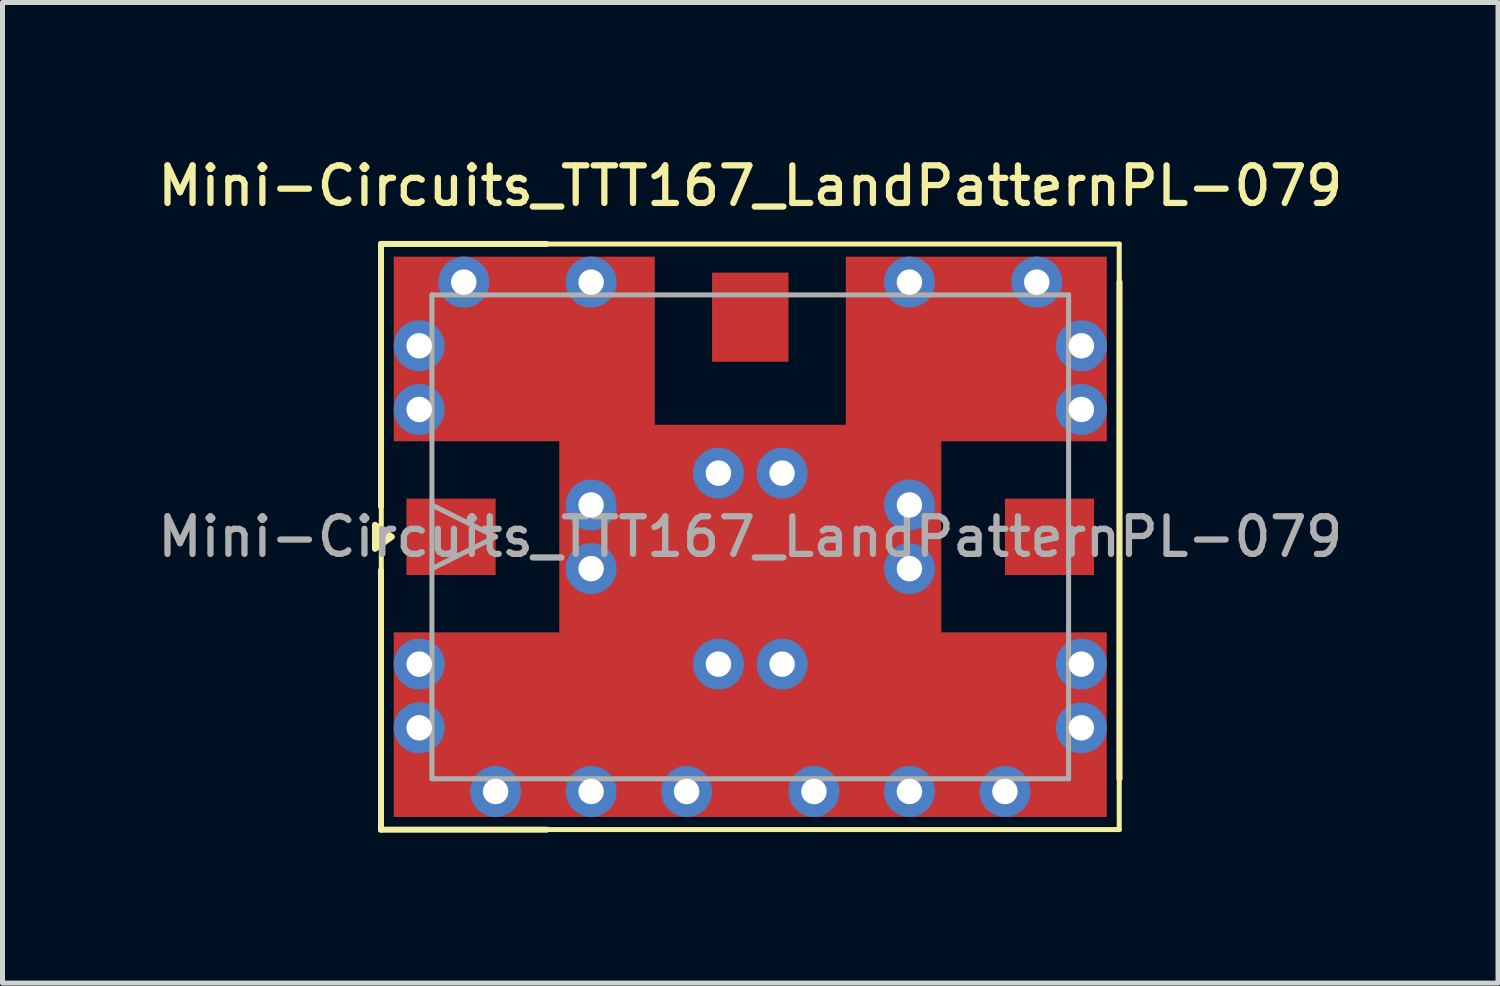
<source format=kicad_pcb>
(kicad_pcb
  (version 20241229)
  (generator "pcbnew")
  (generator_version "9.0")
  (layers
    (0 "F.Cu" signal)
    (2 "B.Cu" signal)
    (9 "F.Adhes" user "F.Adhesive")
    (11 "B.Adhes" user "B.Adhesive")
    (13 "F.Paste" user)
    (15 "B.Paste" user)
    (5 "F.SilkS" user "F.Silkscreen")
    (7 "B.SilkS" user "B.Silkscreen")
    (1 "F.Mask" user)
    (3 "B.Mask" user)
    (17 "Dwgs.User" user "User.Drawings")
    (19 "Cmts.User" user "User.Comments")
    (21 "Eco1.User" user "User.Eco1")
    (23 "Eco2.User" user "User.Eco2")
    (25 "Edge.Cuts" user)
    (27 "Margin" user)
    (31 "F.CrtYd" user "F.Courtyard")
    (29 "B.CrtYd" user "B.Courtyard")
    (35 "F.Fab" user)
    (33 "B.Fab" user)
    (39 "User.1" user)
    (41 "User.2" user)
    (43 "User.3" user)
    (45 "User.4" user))
  (footprint "Mini-Circuits_TTT167_LandPatternPL-079"
    (layer "F.Cu")
    (at 11.916 7.658)
    (property "Reference" "Mini-Circuits_TTT167_LandPatternPL-079" (at 0 -7 180) (layer "F.SilkS") (effects (font (size 0.75 0.75) (thickness 0.125))))
    (attr smd)
    (fp_line (start -7.366 -5.842) (end -7.366 -0.61) (stroke (width 0.12) (type solid)) (layer "F.SilkS"))
    (fp_line (start -7.366 5.842) (end -7.366 0.67) (stroke (width 0.12) (type solid)) (layer "F.SilkS"))
    (fp_line (start -7.366 5.842) (end -4.064 5.842) (stroke (width 0.12) (type solid)) (layer "F.SilkS"))
    (fp_line (start -7.36 -5.84) (end -7.36 5.84) (stroke (width 0.1) (type solid)) (layer "F.SilkS"))
    (fp_line (start -7.36 -5.84) (end 7.36 -5.84) (stroke (width 0.1) (type solid)) (layer "F.SilkS"))
    (fp_line (start -4.064 -5.842) (end -7.366 -5.842) (stroke (width 0.12) (type solid)) (layer "F.SilkS"))
    (fp_line (start 7.36 5.84) (end -7.36 5.84) (stroke (width 0.1) (type solid)) (layer "F.SilkS"))
    (fp_line (start 7.36 5.84) (end 7.36 -5.84) (stroke (width 0.1) (type solid)) (layer "F.SilkS"))
    (fp_line (start 7.366 4.826) (end 7.366 -5.08) (stroke (width 0.12) (type solid)) (layer "F.SilkS"))
    (fp_poly (pts (xy -7.15 0) (xy -7.486 0.24) (xy -7.486 -0.24) (xy -7.15 0)) (stroke (width 0.12) (type solid)) (fill yes) (layer "F.SilkS"))
    (fp_line (start -6.35 -4.826) (end 6.35 -4.826) (stroke (width 0.1) (type solid)) (layer "F.Fab"))
    (fp_line (start -6.35 -0.635) (end -5.08 0) (stroke (width 0.1) (type solid)) (layer "F.Fab"))
    (fp_line (start -6.35 4.826) (end -6.35 -4.826) (stroke (width 0.1) (type solid)) (layer "F.Fab"))
    (fp_line (start -5.08 0) (end -6.35 0.635) (stroke (width 0.1) (type solid)) (layer "F.Fab"))
    (fp_line (start 6.35 -4.826) (end 6.35 4.826) (stroke (width 0.1) (type solid)) (layer "F.Fab"))
    (fp_line (start 6.35 4.826) (end -6.35 4.826) (stroke (width 0.1) (type solid)) (layer "F.Fab"))
    (fp_text user "${REFERENCE}" (at 0 0 180) (layer "F.Fab") (effects (font (size 0.75 0.75) (thickness 0.125))))
    (pad "1" smd rect (at -5.969 0) (size 1.778 1.524) (layers "F.Cu" "F.Mask" "F.Paste"))
    (pad "2" smd rect (at 5.969 0 180) (size 1.778 1.524) (layers "F.Cu" "F.Mask" "F.Paste"))
    (pad "3" smd rect (at 0 -4.381 270) (size 1.778 1.524) (layers "F.Cu" "F.Mask" "F.Paste"))
    (pad "4" thru_hole circle (at -6.604 -3.81 90) (size 1.016 1.016) (drill 0.508) (layers "*.Cu"))
    (pad "4" thru_hole circle (at -6.604 -2.54 90) (size 1.016 1.016) (drill 0.508) (layers "*.Cu"))
    (pad "4" thru_hole circle (at -6.604 2.54 90) (size 1.016 1.016) (drill 0.508) (layers "*.Cu"))
    (pad "4" thru_hole circle (at -6.604 3.81 90) (size 1.016 1.016) (drill 0.508) (layers "*.Cu"))
    (pad "4" thru_hole circle (at -5.715 -5.08 90) (size 1.016 1.016) (drill 0.508) (layers "*.Cu"))
    (pad "4" thru_hole circle (at -5.08 5.08 90) (size 1.016 1.016) (drill 0.508) (layers "*.Cu"))
    (pad "4" thru_hole circle (at -3.175 -5.08 90) (size 1.016 1.016) (drill 0.508) (layers "*.Cu"))
    (pad "4" thru_hole circle (at -3.175 -0.635 90) (size 1.016 1.016) (drill 0.508) (layers "*.Cu"))
    (pad "4" thru_hole circle (at -3.175 0.635 90) (size 1.016 1.016) (drill 0.508) (layers "*.Cu"))
    (pad "4" thru_hole circle (at -3.175 5.08 90) (size 1.016 1.016) (drill 0.508) (layers "*.Cu"))
    (pad "4" smd rect (at -1.905 -5.588 180) (size 5.207 3.683) (drill (offset 2.603 -1.841)) (layers "F.Cu"))
    (pad "4" thru_hole circle (at -1.27 5.08 90) (size 1.016 1.016) (drill 0.508) (layers "*.Cu"))
    (pad "4" thru_hole circle (at -0.635 -1.27 90) (size 1.016 1.016) (drill 0.508) (layers "*.Cu"))
    (pad "4" thru_hole circle (at -0.635 2.54 90) (size 1.016 1.016) (drill 0.508) (layers "*.Cu"))
    (pad "4" smd rect (at 0 0 180) (size 7.62 4.47) (layers "F.Cu"))
    (pad "4" smd rect (at 0 4.381 90) (size 1.778 1.524) (layers "F.Cu" "F.Mask" "F.Paste"))
    (pad "4" smd rect (at 0 5.588 180) (size 14.224 3.683) (drill (offset 0 1.841)) (layers "F.Cu"))
    (pad "4" thru_hole circle (at 0.635 -1.27 90) (size 1.016 1.016) (drill 0.508) (layers "*.Cu"))
    (pad "4" thru_hole circle (at 0.635 2.54 90) (size 1.016 1.016) (drill 0.508) (layers "*.Cu"))
    (pad "4" thru_hole circle (at 1.27 5.08 90) (size 1.016 1.016) (drill 0.508) (layers "*.Cu"))
    (pad "4" thru_hole circle (at 3.175 -5.08 90) (size 1.016 1.016) (drill 0.508) (layers "*.Cu"))
    (pad "4" thru_hole circle (at 3.175 -0.635 90) (size 1.016 1.016) (drill 0.508) (layers "*.Cu"))
    (pad "4" thru_hole circle (at 3.175 0.635 90) (size 1.016 1.016) (drill 0.508) (layers "*.Cu"))
    (pad "4" thru_hole circle (at 3.175 5.08 90) (size 1.016 1.016) (drill 0.508) (layers "*.Cu"))
    (pad "4" thru_hole circle (at 5.08 5.08 90) (size 1.016 1.016) (drill 0.508) (layers "*.Cu"))
    (pad "4" thru_hole circle (at 5.715 -5.08 90) (size 1.016 1.016) (drill 0.508) (layers "*.Cu"))
    (pad "4" thru_hole circle (at 6.604 -3.81 90) (size 1.016 1.016) (drill 0.508) (layers "*.Cu"))
    (pad "4" thru_hole circle (at 6.604 -2.54 90) (size 1.016 1.016) (drill 0.508) (layers "*.Cu"))
    (pad "4" thru_hole circle (at 6.604 2.54 90) (size 1.016 1.016) (drill 0.508) (layers "*.Cu"))
    (pad "4" thru_hole circle (at 6.604 3.81 90) (size 1.016 1.016) (drill 0.508) (layers "*.Cu"))
    (pad "4" smd rect (at 7.112 -5.588 180) (size 5.207 3.683) (drill (offset 2.603 -1.841)) (layers "F.Cu"))
    (pad "5" smd rect (at 4.445 -4.381 270) (size 1.778 1.524) (layers "F.Cu" "F.Mask" "F.Paste"))
    (pad "6" smd rect (at -4.445 -4.381 270) (size 1.778 1.524) (layers "F.Cu" "F.Mask" "F.Paste")))
  (gr_rect
    (start -3 -3)
    (end 26.832 16.56)
    (stroke (width 0.1) (type default))
    (fill no)
    (layer "Edge.Cuts")))
</source>
